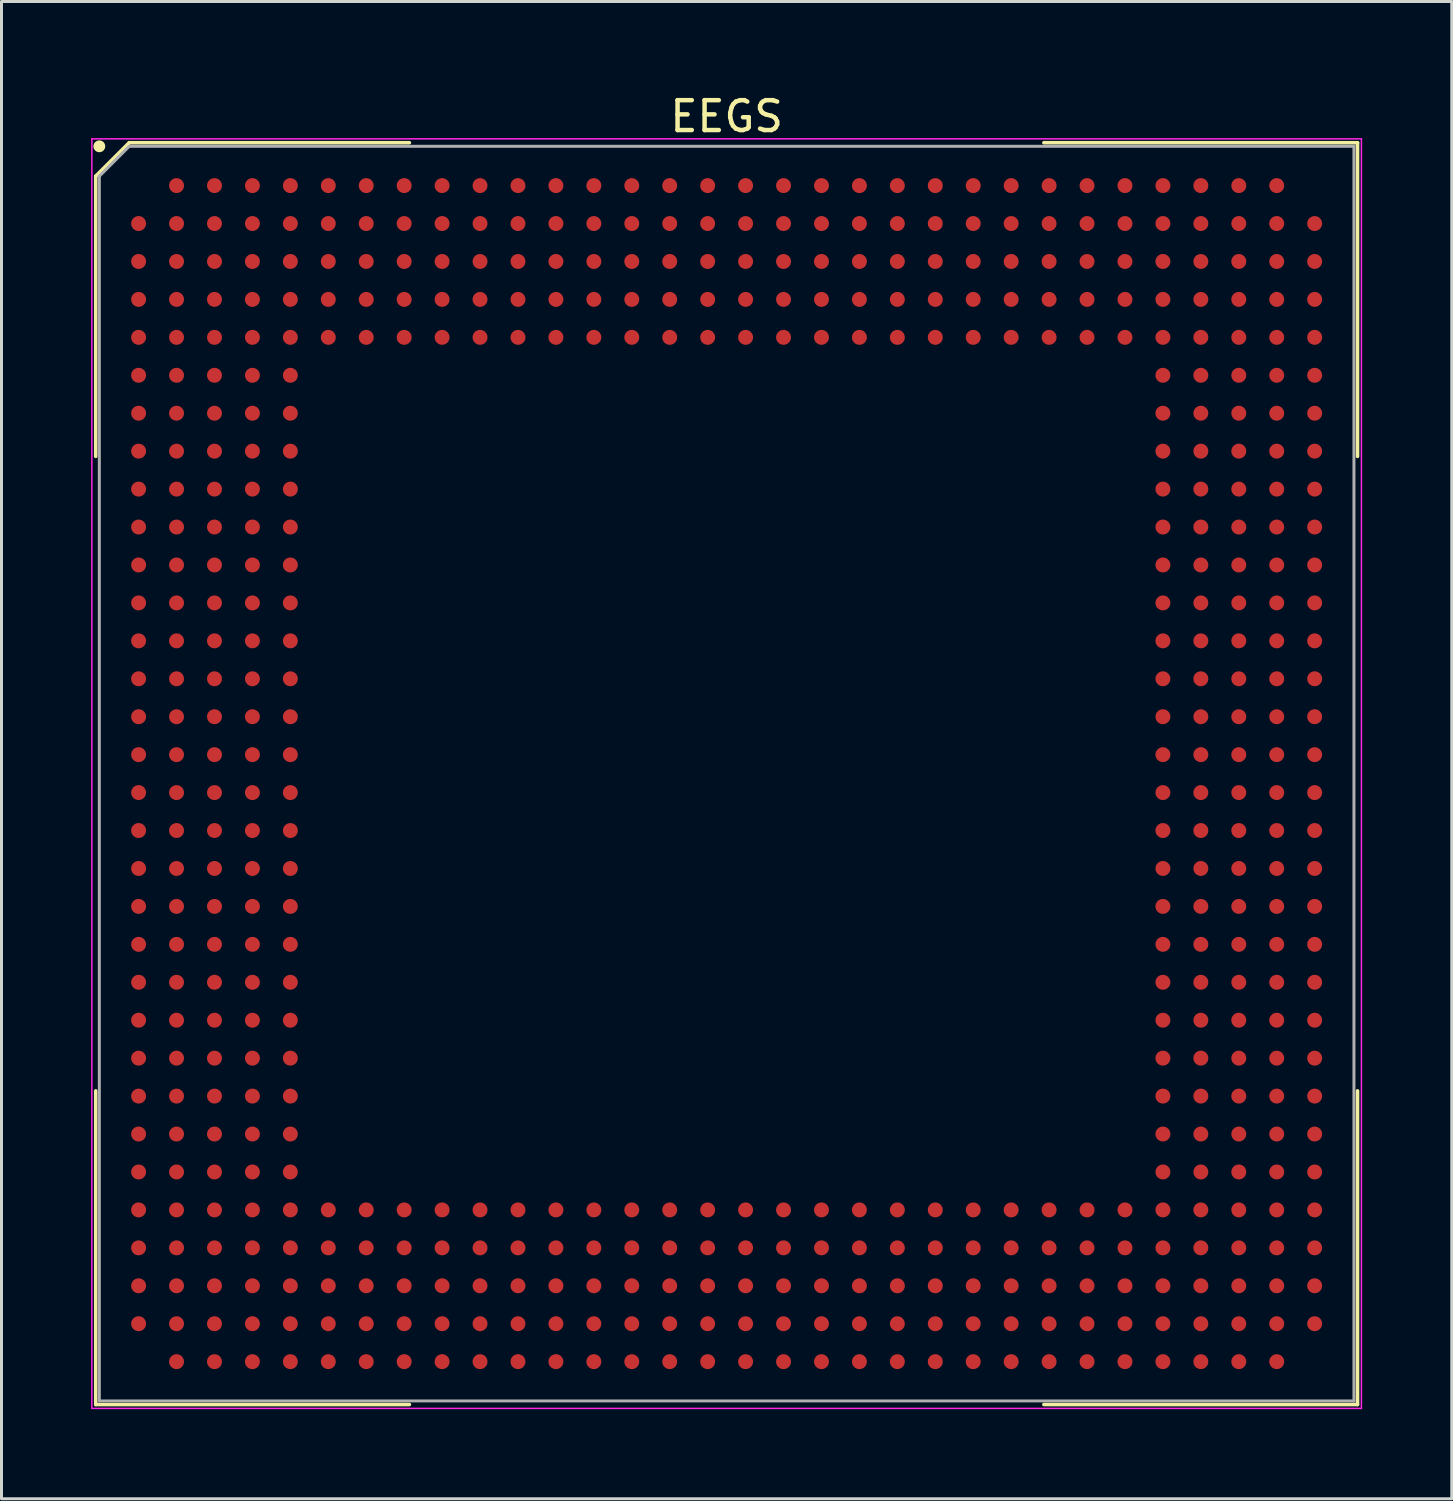
<source format=kicad_pcb>
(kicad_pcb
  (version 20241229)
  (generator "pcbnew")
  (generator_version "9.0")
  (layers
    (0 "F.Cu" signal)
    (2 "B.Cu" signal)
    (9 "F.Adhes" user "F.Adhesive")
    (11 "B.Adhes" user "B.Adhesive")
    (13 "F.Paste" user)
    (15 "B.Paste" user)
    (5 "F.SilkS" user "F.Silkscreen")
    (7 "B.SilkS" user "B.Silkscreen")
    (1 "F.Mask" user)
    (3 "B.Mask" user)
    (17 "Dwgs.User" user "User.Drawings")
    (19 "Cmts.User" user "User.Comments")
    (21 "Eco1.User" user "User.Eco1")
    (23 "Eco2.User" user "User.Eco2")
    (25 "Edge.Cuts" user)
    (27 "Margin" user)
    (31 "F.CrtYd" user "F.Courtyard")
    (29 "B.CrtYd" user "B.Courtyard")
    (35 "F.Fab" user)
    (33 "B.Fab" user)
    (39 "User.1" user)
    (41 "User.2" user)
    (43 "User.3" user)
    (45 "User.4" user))
  (footprint "EEGS"
    (layer "F.Cu")
    (at 21.275 22.848)
    (property "Reference" "EEGS" (at 0 -22 0) (layer "F.SilkS") (effects (font (size 1 1) (thickness 0.15))))
    (attr smd)
    (fp_line (start -21.12 -20) (end -21.12 -10.62) (stroke (width 0.12) (type default)) (layer "F.SilkS"))
    (fp_line (start -21.12 21.12) (end -21.12 10.62) (stroke (width 0.12) (type default)) (layer "F.SilkS"))
    (fp_line (start -20 -21.12) (end -21.12 -20) (stroke (width 0.12) (type default)) (layer "F.SilkS"))
    (fp_line (start -10.62 -21.12) (end -20 -21.12) (stroke (width 0.12) (type default)) (layer "F.SilkS"))
    (fp_line (start -10.62 21.12) (end -21.12 21.12) (stroke (width 0.12) (type default)) (layer "F.SilkS"))
    (fp_line (start 10.62 -21.12) (end 21.12 -21.12) (stroke (width 0.12) (type default)) (layer "F.SilkS"))
    (fp_line (start 10.62 21.12) (end 21.12 21.12) (stroke (width 0.12) (type default)) (layer "F.SilkS"))
    (fp_line (start 21.12 -21.12) (end 21.12 -10.62) (stroke (width 0.12) (type default)) (layer "F.SilkS"))
    (fp_line (start 21.12 21.12) (end 21.12 10.62) (stroke (width 0.12) (type default)) (layer "F.SilkS"))
    (fp_circle (center -21 -21) (end -21 -20.9) (stroke (width 0.2) (type default)) (fill no) (layer "F.SilkS"))
    (fp_line (start -21.25 -21.25) (end 21.25 -21.25) (stroke (width 0.05) (type default)) (layer "F.CrtYd"))
    (fp_line (start -21.25 21.25) (end -21.25 -21.25) (stroke (width 0.05) (type default)) (layer "F.CrtYd"))
    (fp_line (start 21.25 -21.25) (end 21.25 21.25) (stroke (width 0.05) (type default)) (layer "F.CrtYd"))
    (fp_line (start 21.25 21.25) (end -21.25 21.25) (stroke (width 0.05) (type default)) (layer "F.CrtYd"))
    (fp_line (start -21 -20) (end -21 21) (stroke (width 0.1) (type default)) (layer "F.Fab"))
    (fp_line (start -21 21) (end 21 21) (stroke (width 0.1) (type default)) (layer "F.Fab"))
    (fp_line (start -20 -21) (end -21 -20) (stroke (width 0.1) (type default)) (layer "F.Fab"))
    (fp_line (start 21 -21) (end -20 -21) (stroke (width 0.1) (type default)) (layer "F.Fab"))
    (fp_line (start 21 21) (end 21 -21) (stroke (width 0.1) (type default)) (layer "F.Fab"))
    (pad "A2" smd circle (at -18.415 -19.685) (size 0.5 0.5) (layers "F.Cu" "F.Mask" "F.Paste"))
    (pad "A3" smd circle (at -17.145 -19.685) (size 0.5 0.5) (layers "F.Cu" "F.Mask" "F.Paste"))
    (pad "A4" smd circle (at -15.875 -19.685) (size 0.5 0.5) (layers "F.Cu" "F.Mask" "F.Paste"))
    (pad "A5" smd circle (at -14.605 -19.685) (size 0.5 0.5) (layers "F.Cu" "F.Mask" "F.Paste"))
    (pad "A6" smd circle (at -13.335 -19.685) (size 0.5 0.5) (layers "F.Cu" "F.Mask" "F.Paste"))
    (pad "A7" smd circle (at -12.065 -19.685) (size 0.5 0.5) (layers "F.Cu" "F.Mask" "F.Paste"))
    (pad "A8" smd circle (at -10.795 -19.685) (size 0.5 0.5) (layers "F.Cu" "F.Mask" "F.Paste"))
    (pad "A9" smd circle (at -9.525 -19.685) (size 0.5 0.5) (layers "F.Cu" "F.Mask" "F.Paste"))
    (pad "A10" smd circle (at -8.255 -19.685) (size 0.5 0.5) (layers "F.Cu" "F.Mask" "F.Paste"))
    (pad "A11" smd circle (at -6.985 -19.685) (size 0.5 0.5) (layers "F.Cu" "F.Mask" "F.Paste"))
    (pad "A12" smd circle (at -5.715 -19.685) (size 0.5 0.5) (layers "F.Cu" "F.Mask" "F.Paste"))
    (pad "A13" smd circle (at -4.445 -19.685) (size 0.5 0.5) (layers "F.Cu" "F.Mask" "F.Paste"))
    (pad "A14" smd circle (at -3.175 -19.685) (size 0.5 0.5) (layers "F.Cu" "F.Mask" "F.Paste"))
    (pad "A15" smd circle (at -1.905 -19.685) (size 0.5 0.5) (layers "F.Cu" "F.Mask" "F.Paste"))
    (pad "A16" smd circle (at -0.635 -19.685) (size 0.5 0.5) (layers "F.Cu" "F.Mask" "F.Paste"))
    (pad "A17" smd circle (at 0.635 -19.685) (size 0.5 0.5) (layers "F.Cu" "F.Mask" "F.Paste"))
    (pad "A18" smd circle (at 1.905 -19.685) (size 0.5 0.5) (layers "F.Cu" "F.Mask" "F.Paste"))
    (pad "A19" smd circle (at 3.175 -19.685) (size 0.5 0.5) (layers "F.Cu" "F.Mask" "F.Paste"))
    (pad "A20" smd circle (at 4.445 -19.685) (size 0.5 0.5) (layers "F.Cu" "F.Mask" "F.Paste"))
    (pad "A21" smd circle (at 5.715 -19.685) (size 0.5 0.5) (layers "F.Cu" "F.Mask" "F.Paste"))
    (pad "A22" smd circle (at 6.985 -19.685) (size 0.5 0.5) (layers "F.Cu" "F.Mask" "F.Paste"))
    (pad "A23" smd circle (at 8.255 -19.685) (size 0.5 0.5) (layers "F.Cu" "F.Mask" "F.Paste"))
    (pad "A24" smd circle (at 9.525 -19.685) (size 0.5 0.5) (layers "F.Cu" "F.Mask" "F.Paste"))
    (pad "A25" smd circle (at 10.795 -19.685) (size 0.5 0.5) (layers "F.Cu" "F.Mask" "F.Paste"))
    (pad "A26" smd circle (at 12.065 -19.685) (size 0.5 0.5) (layers "F.Cu" "F.Mask" "F.Paste"))
    (pad "A27" smd circle (at 13.335 -19.685) (size 0.5 0.5) (layers "F.Cu" "F.Mask" "F.Paste"))
    (pad "A28" smd circle (at 14.605 -19.685) (size 0.5 0.5) (layers "F.Cu" "F.Mask" "F.Paste"))
    (pad "A29" smd circle (at 15.875 -19.685) (size 0.5 0.5) (layers "F.Cu" "F.Mask" "F.Paste"))
    (pad "A30" smd circle (at 17.145 -19.685) (size 0.5 0.5) (layers "F.Cu" "F.Mask" "F.Paste"))
    (pad "A31" smd circle (at 18.415 -19.685) (size 0.5 0.5) (layers "F.Cu" "F.Mask" "F.Paste"))
    (pad "AA1" smd circle (at -19.685 5.715) (size 0.5 0.5) (layers "F.Cu" "F.Mask" "F.Paste"))
    (pad "AA2" smd circle (at -18.415 5.715) (size 0.5 0.5) (layers "F.Cu" "F.Mask" "F.Paste"))
    (pad "AA3" smd circle (at -17.145 5.715) (size 0.5 0.5) (layers "F.Cu" "F.Mask" "F.Paste"))
    (pad "AA4" smd circle (at -15.875 5.715) (size 0.5 0.5) (layers "F.Cu" "F.Mask" "F.Paste"))
    (pad "AA5" smd circle (at -14.605 5.715) (size 0.5 0.5) (layers "F.Cu" "F.Mask" "F.Paste"))
    (pad "AA28" smd circle (at 14.605 5.715) (size 0.5 0.5) (layers "F.Cu" "F.Mask" "F.Paste"))
    (pad "AA29" smd circle (at 15.875 5.715) (size 0.5 0.5) (layers "F.Cu" "F.Mask" "F.Paste"))
    (pad "AA30" smd circle (at 17.145 5.715) (size 0.5 0.5) (layers "F.Cu" "F.Mask" "F.Paste"))
    (pad "AA31" smd circle (at 18.415 5.715) (size 0.5 0.5) (layers "F.Cu" "F.Mask" "F.Paste"))
    (pad "AA32" smd circle (at 19.685 5.715) (size 0.5 0.5) (layers "F.Cu" "F.Mask" "F.Paste"))
    (pad "AB1" smd circle (at -19.685 6.985) (size 0.5 0.5) (layers "F.Cu" "F.Mask" "F.Paste"))
    (pad "AB2" smd circle (at -18.415 6.985) (size 0.5 0.5) (layers "F.Cu" "F.Mask" "F.Paste"))
    (pad "AB3" smd circle (at -17.145 6.985) (size 0.5 0.5) (layers "F.Cu" "F.Mask" "F.Paste"))
    (pad "AB4" smd circle (at -15.875 6.985) (size 0.5 0.5) (layers "F.Cu" "F.Mask" "F.Paste"))
    (pad "AB5" smd circle (at -14.605 6.985) (size 0.5 0.5) (layers "F.Cu" "F.Mask" "F.Paste"))
    (pad "AB28" smd circle (at 14.605 6.985) (size 0.5 0.5) (layers "F.Cu" "F.Mask" "F.Paste"))
    (pad "AB29" smd circle (at 15.875 6.985) (size 0.5 0.5) (layers "F.Cu" "F.Mask" "F.Paste"))
    (pad "AB30" smd circle (at 17.145 6.985) (size 0.5 0.5) (layers "F.Cu" "F.Mask" "F.Paste"))
    (pad "AB31" smd circle (at 18.415 6.985) (size 0.5 0.5) (layers "F.Cu" "F.Mask" "F.Paste"))
    (pad "AB32" smd circle (at 19.685 6.985) (size 0.5 0.5) (layers "F.Cu" "F.Mask" "F.Paste"))
    (pad "AC1" smd circle (at -19.685 8.255) (size 0.5 0.5) (layers "F.Cu" "F.Mask" "F.Paste"))
    (pad "AC2" smd circle (at -18.415 8.255) (size 0.5 0.5) (layers "F.Cu" "F.Mask" "F.Paste"))
    (pad "AC3" smd circle (at -17.145 8.255) (size 0.5 0.5) (layers "F.Cu" "F.Mask" "F.Paste"))
    (pad "AC4" smd circle (at -15.875 8.255) (size 0.5 0.5) (layers "F.Cu" "F.Mask" "F.Paste"))
    (pad "AC5" smd circle (at -14.605 8.255) (size 0.5 0.5) (layers "F.Cu" "F.Mask" "F.Paste"))
    (pad "AC28" smd circle (at 14.605 8.255) (size 0.5 0.5) (layers "F.Cu" "F.Mask" "F.Paste"))
    (pad "AC29" smd circle (at 15.875 8.255) (size 0.5 0.5) (layers "F.Cu" "F.Mask" "F.Paste"))
    (pad "AC30" smd circle (at 17.145 8.255) (size 0.5 0.5) (layers "F.Cu" "F.Mask" "F.Paste"))
    (pad "AC31" smd circle (at 18.415 8.255) (size 0.5 0.5) (layers "F.Cu" "F.Mask" "F.Paste"))
    (pad "AC32" smd circle (at 19.685 8.255) (size 0.5 0.5) (layers "F.Cu" "F.Mask" "F.Paste"))
    (pad "AD1" smd circle (at -19.685 9.525) (size 0.5 0.5) (layers "F.Cu" "F.Mask" "F.Paste"))
    (pad "AD2" smd circle (at -18.415 9.525) (size 0.5 0.5) (layers "F.Cu" "F.Mask" "F.Paste"))
    (pad "AD3" smd circle (at -17.145 9.525) (size 0.5 0.5) (layers "F.Cu" "F.Mask" "F.Paste"))
    (pad "AD4" smd circle (at -15.875 9.525) (size 0.5 0.5) (layers "F.Cu" "F.Mask" "F.Paste"))
    (pad "AD5" smd circle (at -14.605 9.525) (size 0.5 0.5) (layers "F.Cu" "F.Mask" "F.Paste"))
    (pad "AD28" smd circle (at 14.605 9.525) (size 0.5 0.5) (layers "F.Cu" "F.Mask" "F.Paste"))
    (pad "AD29" smd circle (at 15.875 9.525) (size 0.5 0.5) (layers "F.Cu" "F.Mask" "F.Paste"))
    (pad "AD30" smd circle (at 17.145 9.525) (size 0.5 0.5) (layers "F.Cu" "F.Mask" "F.Paste"))
    (pad "AD31" smd circle (at 18.415 9.525) (size 0.5 0.5) (layers "F.Cu" "F.Mask" "F.Paste"))
    (pad "AD32" smd circle (at 19.685 9.525) (size 0.5 0.5) (layers "F.Cu" "F.Mask" "F.Paste"))
    (pad "AE1" smd circle (at -19.685 10.795) (size 0.5 0.5) (layers "F.Cu" "F.Mask" "F.Paste"))
    (pad "AE2" smd circle (at -18.415 10.795) (size 0.5 0.5) (layers "F.Cu" "F.Mask" "F.Paste"))
    (pad "AE3" smd circle (at -17.145 10.795) (size 0.5 0.5) (layers "F.Cu" "F.Mask" "F.Paste"))
    (pad "AE4" smd circle (at -15.875 10.795) (size 0.5 0.5) (layers "F.Cu" "F.Mask" "F.Paste"))
    (pad "AE5" smd circle (at -14.605 10.795) (size 0.5 0.5) (layers "F.Cu" "F.Mask" "F.Paste"))
    (pad "AE28" smd circle (at 14.605 10.795) (size 0.5 0.5) (layers "F.Cu" "F.Mask" "F.Paste"))
    (pad "AE29" smd circle (at 15.875 10.795) (size 0.5 0.5) (layers "F.Cu" "F.Mask" "F.Paste"))
    (pad "AE30" smd circle (at 17.145 10.795) (size 0.5 0.5) (layers "F.Cu" "F.Mask" "F.Paste"))
    (pad "AE31" smd circle (at 18.415 10.795) (size 0.5 0.5) (layers "F.Cu" "F.Mask" "F.Paste"))
    (pad "AE32" smd circle (at 19.685 10.795) (size 0.5 0.5) (layers "F.Cu" "F.Mask" "F.Paste"))
    (pad "AF1" smd circle (at -19.685 12.065) (size 0.5 0.5) (layers "F.Cu" "F.Mask" "F.Paste"))
    (pad "AF2" smd circle (at -18.415 12.065) (size 0.5 0.5) (layers "F.Cu" "F.Mask" "F.Paste"))
    (pad "AF3" smd circle (at -17.145 12.065) (size 0.5 0.5) (layers "F.Cu" "F.Mask" "F.Paste"))
    (pad "AF4" smd circle (at -15.875 12.065) (size 0.5 0.5) (layers "F.Cu" "F.Mask" "F.Paste"))
    (pad "AF5" smd circle (at -14.605 12.065) (size 0.5 0.5) (layers "F.Cu" "F.Mask" "F.Paste"))
    (pad "AF28" smd circle (at 14.605 12.065) (size 0.5 0.5) (layers "F.Cu" "F.Mask" "F.Paste"))
    (pad "AF29" smd circle (at 15.875 12.065) (size 0.5 0.5) (layers "F.Cu" "F.Mask" "F.Paste"))
    (pad "AF30" smd circle (at 17.145 12.065) (size 0.5 0.5) (layers "F.Cu" "F.Mask" "F.Paste"))
    (pad "AF31" smd circle (at 18.415 12.065) (size 0.5 0.5) (layers "F.Cu" "F.Mask" "F.Paste"))
    (pad "AF32" smd circle (at 19.685 12.065) (size 0.5 0.5) (layers "F.Cu" "F.Mask" "F.Paste"))
    (pad "AG1" smd circle (at -19.685 13.335) (size 0.5 0.5) (layers "F.Cu" "F.Mask" "F.Paste"))
    (pad "AG2" smd circle (at -18.415 13.335) (size 0.5 0.5) (layers "F.Cu" "F.Mask" "F.Paste"))
    (pad "AG3" smd circle (at -17.145 13.335) (size 0.5 0.5) (layers "F.Cu" "F.Mask" "F.Paste"))
    (pad "AG4" smd circle (at -15.875 13.335) (size 0.5 0.5) (layers "F.Cu" "F.Mask" "F.Paste"))
    (pad "AG5" smd circle (at -14.605 13.335) (size 0.5 0.5) (layers "F.Cu" "F.Mask" "F.Paste"))
    (pad "AG28" smd circle (at 14.605 13.335) (size 0.5 0.5) (layers "F.Cu" "F.Mask" "F.Paste"))
    (pad "AG29" smd circle (at 15.875 13.335) (size 0.5 0.5) (layers "F.Cu" "F.Mask" "F.Paste"))
    (pad "AG30" smd circle (at 17.145 13.335) (size 0.5 0.5) (layers "F.Cu" "F.Mask" "F.Paste"))
    (pad "AG31" smd circle (at 18.415 13.335) (size 0.5 0.5) (layers "F.Cu" "F.Mask" "F.Paste"))
    (pad "AG32" smd circle (at 19.685 13.335) (size 0.5 0.5) (layers "F.Cu" "F.Mask" "F.Paste"))
    (pad "AH1" smd circle (at -19.685 14.605) (size 0.5 0.5) (layers "F.Cu" "F.Mask" "F.Paste"))
    (pad "AH2" smd circle (at -18.415 14.605) (size 0.5 0.5) (layers "F.Cu" "F.Mask" "F.Paste"))
    (pad "AH3" smd circle (at -17.145 14.605) (size 0.5 0.5) (layers "F.Cu" "F.Mask" "F.Paste"))
    (pad "AH4" smd circle (at -15.875 14.605) (size 0.5 0.5) (layers "F.Cu" "F.Mask" "F.Paste"))
    (pad "AH5" smd circle (at -14.605 14.605) (size 0.5 0.5) (layers "F.Cu" "F.Mask" "F.Paste"))
    (pad "AH6" smd circle (at -13.335 14.605) (size 0.5 0.5) (layers "F.Cu" "F.Mask" "F.Paste"))
    (pad "AH7" smd circle (at -12.065 14.605) (size 0.5 0.5) (layers "F.Cu" "F.Mask" "F.Paste"))
    (pad "AH8" smd circle (at -10.795 14.605) (size 0.5 0.5) (layers "F.Cu" "F.Mask" "F.Paste"))
    (pad "AH9" smd circle (at -9.525 14.605) (size 0.5 0.5) (layers "F.Cu" "F.Mask" "F.Paste"))
    (pad "AH10" smd circle (at -8.255 14.605) (size 0.5 0.5) (layers "F.Cu" "F.Mask" "F.Paste"))
    (pad "AH11" smd circle (at -6.985 14.605) (size 0.5 0.5) (layers "F.Cu" "F.Mask" "F.Paste"))
    (pad "AH12" smd circle (at -5.715 14.605) (size 0.5 0.5) (layers "F.Cu" "F.Mask" "F.Paste"))
    (pad "AH13" smd circle (at -4.445 14.605) (size 0.5 0.5) (layers "F.Cu" "F.Mask" "F.Paste"))
    (pad "AH14" smd circle (at -3.175 14.605) (size 0.5 0.5) (layers "F.Cu" "F.Mask" "F.Paste"))
    (pad "AH15" smd circle (at -1.905 14.605) (size 0.5 0.5) (layers "F.Cu" "F.Mask" "F.Paste"))
    (pad "AH16" smd circle (at -0.635 14.605) (size 0.5 0.5) (layers "F.Cu" "F.Mask" "F.Paste"))
    (pad "AH17" smd circle (at 0.635 14.605) (size 0.5 0.5) (layers "F.Cu" "F.Mask" "F.Paste"))
    (pad "AH18" smd circle (at 1.905 14.605) (size 0.5 0.5) (layers "F.Cu" "F.Mask" "F.Paste"))
    (pad "AH19" smd circle (at 3.175 14.605) (size 0.5 0.5) (layers "F.Cu" "F.Mask" "F.Paste"))
    (pad "AH20" smd circle (at 4.445 14.605) (size 0.5 0.5) (layers "F.Cu" "F.Mask" "F.Paste"))
    (pad "AH21" smd circle (at 5.715 14.605) (size 0.5 0.5) (layers "F.Cu" "F.Mask" "F.Paste"))
    (pad "AH22" smd circle (at 6.985 14.605) (size 0.5 0.5) (layers "F.Cu" "F.Mask" "F.Paste"))
    (pad "AH23" smd circle (at 8.255 14.605) (size 0.5 0.5) (layers "F.Cu" "F.Mask" "F.Paste"))
    (pad "AH24" smd circle (at 9.525 14.605) (size 0.5 0.5) (layers "F.Cu" "F.Mask" "F.Paste"))
    (pad "AH25" smd circle (at 10.795 14.605) (size 0.5 0.5) (layers "F.Cu" "F.Mask" "F.Paste"))
    (pad "AH26" smd circle (at 12.065 14.605) (size 0.5 0.5) (layers "F.Cu" "F.Mask" "F.Paste"))
    (pad "AH27" smd circle (at 13.335 14.605) (size 0.5 0.5) (layers "F.Cu" "F.Mask" "F.Paste"))
    (pad "AH28" smd circle (at 14.605 14.605) (size 0.5 0.5) (layers "F.Cu" "F.Mask" "F.Paste"))
    (pad "AH29" smd circle (at 15.875 14.605) (size 0.5 0.5) (layers "F.Cu" "F.Mask" "F.Paste"))
    (pad "AH30" smd circle (at 17.145 14.605) (size 0.5 0.5) (layers "F.Cu" "F.Mask" "F.Paste"))
    (pad "AH31" smd circle (at 18.415 14.605) (size 0.5 0.5) (layers "F.Cu" "F.Mask" "F.Paste"))
    (pad "AH32" smd circle (at 19.685 14.605) (size 0.5 0.5) (layers "F.Cu" "F.Mask" "F.Paste"))
    (pad "AJ1" smd circle (at -19.685 15.875) (size 0.5 0.5) (layers "F.Cu" "F.Mask" "F.Paste"))
    (pad "AJ2" smd circle (at -18.415 15.875) (size 0.5 0.5) (layers "F.Cu" "F.Mask" "F.Paste"))
    (pad "AJ3" smd circle (at -17.145 15.875) (size 0.5 0.5) (layers "F.Cu" "F.Mask" "F.Paste"))
    (pad "AJ4" smd circle (at -15.875 15.875) (size 0.5 0.5) (layers "F.Cu" "F.Mask" "F.Paste"))
    (pad "AJ5" smd circle (at -14.605 15.875) (size 0.5 0.5) (layers "F.Cu" "F.Mask" "F.Paste"))
    (pad "AJ6" smd circle (at -13.335 15.875) (size 0.5 0.5) (layers "F.Cu" "F.Mask" "F.Paste"))
    (pad "AJ7" smd circle (at -12.065 15.875) (size 0.5 0.5) (layers "F.Cu" "F.Mask" "F.Paste"))
    (pad "AJ8" smd circle (at -10.795 15.875) (size 0.5 0.5) (layers "F.Cu" "F.Mask" "F.Paste"))
    (pad "AJ9" smd circle (at -9.525 15.875) (size 0.5 0.5) (layers "F.Cu" "F.Mask" "F.Paste"))
    (pad "AJ10" smd circle (at -8.255 15.875) (size 0.5 0.5) (layers "F.Cu" "F.Mask" "F.Paste"))
    (pad "AJ11" smd circle (at -6.985 15.875) (size 0.5 0.5) (layers "F.Cu" "F.Mask" "F.Paste"))
    (pad "AJ12" smd circle (at -5.715 15.875) (size 0.5 0.5) (layers "F.Cu" "F.Mask" "F.Paste"))
    (pad "AJ13" smd circle (at -4.445 15.875) (size 0.5 0.5) (layers "F.Cu" "F.Mask" "F.Paste"))
    (pad "AJ14" smd circle (at -3.175 15.875) (size 0.5 0.5) (layers "F.Cu" "F.Mask" "F.Paste"))
    (pad "AJ15" smd circle (at -1.905 15.875) (size 0.5 0.5) (layers "F.Cu" "F.Mask" "F.Paste"))
    (pad "AJ16" smd circle (at -0.635 15.875) (size 0.5 0.5) (layers "F.Cu" "F.Mask" "F.Paste"))
    (pad "AJ17" smd circle (at 0.635 15.875) (size 0.5 0.5) (layers "F.Cu" "F.Mask" "F.Paste"))
    (pad "AJ18" smd circle (at 1.905 15.875) (size 0.5 0.5) (layers "F.Cu" "F.Mask" "F.Paste"))
    (pad "AJ19" smd circle (at 3.175 15.875) (size 0.5 0.5) (layers "F.Cu" "F.Mask" "F.Paste"))
    (pad "AJ20" smd circle (at 4.445 15.875) (size 0.5 0.5) (layers "F.Cu" "F.Mask" "F.Paste"))
    (pad "AJ21" smd circle (at 5.715 15.875) (size 0.5 0.5) (layers "F.Cu" "F.Mask" "F.Paste"))
    (pad "AJ22" smd circle (at 6.985 15.875) (size 0.5 0.5) (layers "F.Cu" "F.Mask" "F.Paste"))
    (pad "AJ23" smd circle (at 8.255 15.875) (size 0.5 0.5) (layers "F.Cu" "F.Mask" "F.Paste"))
    (pad "AJ24" smd circle (at 9.525 15.875) (size 0.5 0.5) (layers "F.Cu" "F.Mask" "F.Paste"))
    (pad "AJ25" smd circle (at 10.795 15.875) (size 0.5 0.5) (layers "F.Cu" "F.Mask" "F.Paste"))
    (pad "AJ26" smd circle (at 12.065 15.875) (size 0.5 0.5) (layers "F.Cu" "F.Mask" "F.Paste"))
    (pad "AJ27" smd circle (at 13.335 15.875) (size 0.5 0.5) (layers "F.Cu" "F.Mask" "F.Paste"))
    (pad "AJ28" smd circle (at 14.605 15.875) (size 0.5 0.5) (layers "F.Cu" "F.Mask" "F.Paste"))
    (pad "AJ29" smd circle (at 15.875 15.875) (size 0.5 0.5) (layers "F.Cu" "F.Mask" "F.Paste"))
    (pad "AJ30" smd circle (at 17.145 15.875) (size 0.5 0.5) (layers "F.Cu" "F.Mask" "F.Paste"))
    (pad "AJ31" smd circle (at 18.415 15.875) (size 0.5 0.5) (layers "F.Cu" "F.Mask" "F.Paste"))
    (pad "AJ32" smd circle (at 19.685 15.875) (size 0.5 0.5) (layers "F.Cu" "F.Mask" "F.Paste"))
    (pad "AK1" smd circle (at -19.685 17.145) (size 0.5 0.5) (layers "F.Cu" "F.Mask" "F.Paste"))
    (pad "AK2" smd circle (at -18.415 17.145) (size 0.5 0.5) (layers "F.Cu" "F.Mask" "F.Paste"))
    (pad "AK3" smd circle (at -17.145 17.145) (size 0.5 0.5) (layers "F.Cu" "F.Mask" "F.Paste"))
    (pad "AK4" smd circle (at -15.875 17.145) (size 0.5 0.5) (layers "F.Cu" "F.Mask" "F.Paste"))
    (pad "AK5" smd circle (at -14.605 17.145) (size 0.5 0.5) (layers "F.Cu" "F.Mask" "F.Paste"))
    (pad "AK6" smd circle (at -13.335 17.145) (size 0.5 0.5) (layers "F.Cu" "F.Mask" "F.Paste"))
    (pad "AK7" smd circle (at -12.065 17.145) (size 0.5 0.5) (layers "F.Cu" "F.Mask" "F.Paste"))
    (pad "AK8" smd circle (at -10.795 17.145) (size 0.5 0.5) (layers "F.Cu" "F.Mask" "F.Paste"))
    (pad "AK9" smd circle (at -9.525 17.145) (size 0.5 0.5) (layers "F.Cu" "F.Mask" "F.Paste"))
    (pad "AK10" smd circle (at -8.255 17.145) (size 0.5 0.5) (layers "F.Cu" "F.Mask" "F.Paste"))
    (pad "AK11" smd circle (at -6.985 17.145) (size 0.5 0.5) (layers "F.Cu" "F.Mask" "F.Paste"))
    (pad "AK12" smd circle (at -5.715 17.145) (size 0.5 0.5) (layers "F.Cu" "F.Mask" "F.Paste"))
    (pad "AK13" smd circle (at -4.445 17.145) (size 0.5 0.5) (layers "F.Cu" "F.Mask" "F.Paste"))
    (pad "AK14" smd circle (at -3.175 17.145) (size 0.5 0.5) (layers "F.Cu" "F.Mask" "F.Paste"))
    (pad "AK15" smd circle (at -1.905 17.145) (size 0.5 0.5) (layers "F.Cu" "F.Mask" "F.Paste"))
    (pad "AK16" smd circle (at -0.635 17.145) (size 0.5 0.5) (layers "F.Cu" "F.Mask" "F.Paste"))
    (pad "AK17" smd circle (at 0.635 17.145) (size 0.5 0.5) (layers "F.Cu" "F.Mask" "F.Paste"))
    (pad "AK18" smd circle (at 1.905 17.145) (size 0.5 0.5) (layers "F.Cu" "F.Mask" "F.Paste"))
    (pad "AK19" smd circle (at 3.175 17.145) (size 0.5 0.5) (layers "F.Cu" "F.Mask" "F.Paste"))
    (pad "AK20" smd circle (at 4.445 17.145) (size 0.5 0.5) (layers "F.Cu" "F.Mask" "F.Paste"))
    (pad "AK21" smd circle (at 5.715 17.145) (size 0.5 0.5) (layers "F.Cu" "F.Mask" "F.Paste"))
    (pad "AK22" smd circle (at 6.985 17.145) (size 0.5 0.5) (layers "F.Cu" "F.Mask" "F.Paste"))
    (pad "AK23" smd circle (at 8.255 17.145) (size 0.5 0.5) (layers "F.Cu" "F.Mask" "F.Paste"))
    (pad "AK24" smd circle (at 9.525 17.145) (size 0.5 0.5) (layers "F.Cu" "F.Mask" "F.Paste"))
    (pad "AK25" smd circle (at 10.795 17.145) (size 0.5 0.5) (layers "F.Cu" "F.Mask" "F.Paste"))
    (pad "AK26" smd circle (at 12.065 17.145) (size 0.5 0.5) (layers "F.Cu" "F.Mask" "F.Paste"))
    (pad "AK27" smd circle (at 13.335 17.145) (size 0.5 0.5) (layers "F.Cu" "F.Mask" "F.Paste"))
    (pad "AK28" smd circle (at 14.605 17.145) (size 0.5 0.5) (layers "F.Cu" "F.Mask" "F.Paste"))
    (pad "AK29" smd circle (at 15.875 17.145) (size 0.5 0.5) (layers "F.Cu" "F.Mask" "F.Paste"))
    (pad "AK30" smd circle (at 17.145 17.145) (size 0.5 0.5) (layers "F.Cu" "F.Mask" "F.Paste"))
    (pad "AK31" smd circle (at 18.415 17.145) (size 0.5 0.5) (layers "F.Cu" "F.Mask" "F.Paste"))
    (pad "AK32" smd circle (at 19.685 17.145) (size 0.5 0.5) (layers "F.Cu" "F.Mask" "F.Paste"))
    (pad "AL1" smd circle (at -19.685 18.415) (size 0.5 0.5) (layers "F.Cu" "F.Mask" "F.Paste"))
    (pad "AL2" smd circle (at -18.415 18.415) (size 0.5 0.5) (layers "F.Cu" "F.Mask" "F.Paste"))
    (pad "AL3" smd circle (at -17.145 18.415) (size 0.5 0.5) (layers "F.Cu" "F.Mask" "F.Paste"))
    (pad "AL4" smd circle (at -15.875 18.415) (size 0.5 0.5) (layers "F.Cu" "F.Mask" "F.Paste"))
    (pad "AL5" smd circle (at -14.605 18.415) (size 0.5 0.5) (layers "F.Cu" "F.Mask" "F.Paste"))
    (pad "AL6" smd circle (at -13.335 18.415) (size 0.5 0.5) (layers "F.Cu" "F.Mask" "F.Paste"))
    (pad "AL7" smd circle (at -12.065 18.415) (size 0.5 0.5) (layers "F.Cu" "F.Mask" "F.Paste"))
    (pad "AL8" smd circle (at -10.795 18.415) (size 0.5 0.5) (layers "F.Cu" "F.Mask" "F.Paste"))
    (pad "AL9" smd circle (at -9.525 18.415) (size 0.5 0.5) (layers "F.Cu" "F.Mask" "F.Paste"))
    (pad "AL10" smd circle (at -8.255 18.415) (size 0.5 0.5) (layers "F.Cu" "F.Mask" "F.Paste"))
    (pad "AL11" smd circle (at -6.985 18.415) (size 0.5 0.5) (layers "F.Cu" "F.Mask" "F.Paste"))
    (pad "AL12" smd circle (at -5.715 18.415) (size 0.5 0.5) (layers "F.Cu" "F.Mask" "F.Paste"))
    (pad "AL13" smd circle (at -4.445 18.415) (size 0.5 0.5) (layers "F.Cu" "F.Mask" "F.Paste"))
    (pad "AL14" smd circle (at -3.175 18.415) (size 0.5 0.5) (layers "F.Cu" "F.Mask" "F.Paste"))
    (pad "AL15" smd circle (at -1.905 18.415) (size 0.5 0.5) (layers "F.Cu" "F.Mask" "F.Paste"))
    (pad "AL16" smd circle (at -0.635 18.415) (size 0.5 0.5) (layers "F.Cu" "F.Mask" "F.Paste"))
    (pad "AL17" smd circle (at 0.635 18.415) (size 0.5 0.5) (layers "F.Cu" "F.Mask" "F.Paste"))
    (pad "AL18" smd circle (at 1.905 18.415) (size 0.5 0.5) (layers "F.Cu" "F.Mask" "F.Paste"))
    (pad "AL19" smd circle (at 3.175 18.415) (size 0.5 0.5) (layers "F.Cu" "F.Mask" "F.Paste"))
    (pad "AL20" smd circle (at 4.445 18.415) (size 0.5 0.5) (layers "F.Cu" "F.Mask" "F.Paste"))
    (pad "AL21" smd circle (at 5.715 18.415) (size 0.5 0.5) (layers "F.Cu" "F.Mask" "F.Paste"))
    (pad "AL22" smd circle (at 6.985 18.415) (size 0.5 0.5) (layers "F.Cu" "F.Mask" "F.Paste"))
    (pad "AL23" smd circle (at 8.255 18.415) (size 0.5 0.5) (layers "F.Cu" "F.Mask" "F.Paste"))
    (pad "AL24" smd circle (at 9.525 18.415) (size 0.5 0.5) (layers "F.Cu" "F.Mask" "F.Paste"))
    (pad "AL25" smd circle (at 10.795 18.415) (size 0.5 0.5) (layers "F.Cu" "F.Mask" "F.Paste"))
    (pad "AL26" smd circle (at 12.065 18.415) (size 0.5 0.5) (layers "F.Cu" "F.Mask" "F.Paste"))
    (pad "AL27" smd circle (at 13.335 18.415) (size 0.5 0.5) (layers "F.Cu" "F.Mask" "F.Paste"))
    (pad "AL28" smd circle (at 14.605 18.415) (size 0.5 0.5) (layers "F.Cu" "F.Mask" "F.Paste"))
    (pad "AL29" smd circle (at 15.875 18.415) (size 0.5 0.5) (layers "F.Cu" "F.Mask" "F.Paste"))
    (pad "AL30" smd circle (at 17.145 18.415) (size 0.5 0.5) (layers "F.Cu" "F.Mask" "F.Paste"))
    (pad "AL31" smd circle (at 18.415 18.415) (size 0.5 0.5) (layers "F.Cu" "F.Mask" "F.Paste"))
    (pad "AL32" smd circle (at 19.685 18.415) (size 0.5 0.5) (layers "F.Cu" "F.Mask" "F.Paste"))
    (pad "AM2" smd circle (at -18.415 19.685) (size 0.5 0.5) (layers "F.Cu" "F.Mask" "F.Paste"))
    (pad "AM3" smd circle (at -17.145 19.685) (size 0.5 0.5) (layers "F.Cu" "F.Mask" "F.Paste"))
    (pad "AM4" smd circle (at -15.875 19.685) (size 0.5 0.5) (layers "F.Cu" "F.Mask" "F.Paste"))
    (pad "AM5" smd circle (at -14.605 19.685) (size 0.5 0.5) (layers "F.Cu" "F.Mask" "F.Paste"))
    (pad "AM6" smd circle (at -13.335 19.685) (size 0.5 0.5) (layers "F.Cu" "F.Mask" "F.Paste"))
    (pad "AM7" smd circle (at -12.065 19.685) (size 0.5 0.5) (layers "F.Cu" "F.Mask" "F.Paste"))
    (pad "AM8" smd circle (at -10.795 19.685) (size 0.5 0.5) (layers "F.Cu" "F.Mask" "F.Paste"))
    (pad "AM9" smd circle (at -9.525 19.685) (size 0.5 0.5) (layers "F.Cu" "F.Mask" "F.Paste"))
    (pad "AM10" smd circle (at -8.255 19.685) (size 0.5 0.5) (layers "F.Cu" "F.Mask" "F.Paste"))
    (pad "AM11" smd circle (at -6.985 19.685) (size 0.5 0.5) (layers "F.Cu" "F.Mask" "F.Paste"))
    (pad "AM12" smd circle (at -5.715 19.685) (size 0.5 0.5) (layers "F.Cu" "F.Mask" "F.Paste"))
    (pad "AM13" smd circle (at -4.445 19.685) (size 0.5 0.5) (layers "F.Cu" "F.Mask" "F.Paste"))
    (pad "AM14" smd circle (at -3.175 19.685) (size 0.5 0.5) (layers "F.Cu" "F.Mask" "F.Paste"))
    (pad "AM15" smd circle (at -1.905 19.685) (size 0.5 0.5) (layers "F.Cu" "F.Mask" "F.Paste"))
    (pad "AM16" smd circle (at -0.635 19.685) (size 0.5 0.5) (layers "F.Cu" "F.Mask" "F.Paste"))
    (pad "AM17" smd circle (at 0.635 19.685) (size 0.5 0.5) (layers "F.Cu" "F.Mask" "F.Paste"))
    (pad "AM18" smd circle (at 1.905 19.685) (size 0.5 0.5) (layers "F.Cu" "F.Mask" "F.Paste"))
    (pad "AM19" smd circle (at 3.175 19.685) (size 0.5 0.5) (layers "F.Cu" "F.Mask" "F.Paste"))
    (pad "AM20" smd circle (at 4.445 19.685) (size 0.5 0.5) (layers "F.Cu" "F.Mask" "F.Paste"))
    (pad "AM21" smd circle (at 5.715 19.685) (size 0.5 0.5) (layers "F.Cu" "F.Mask" "F.Paste"))
    (pad "AM22" smd circle (at 6.985 19.685) (size 0.5 0.5) (layers "F.Cu" "F.Mask" "F.Paste"))
    (pad "AM23" smd circle (at 8.255 19.685) (size 0.5 0.5) (layers "F.Cu" "F.Mask" "F.Paste"))
    (pad "AM24" smd circle (at 9.525 19.685) (size 0.5 0.5) (layers "F.Cu" "F.Mask" "F.Paste"))
    (pad "AM25" smd circle (at 10.795 19.685) (size 0.5 0.5) (layers "F.Cu" "F.Mask" "F.Paste"))
    (pad "AM26" smd circle (at 12.065 19.685) (size 0.5 0.5) (layers "F.Cu" "F.Mask" "F.Paste"))
    (pad "AM27" smd circle (at 13.335 19.685) (size 0.5 0.5) (layers "F.Cu" "F.Mask" "F.Paste"))
    (pad "AM28" smd circle (at 14.605 19.685) (size 0.5 0.5) (layers "F.Cu" "F.Mask" "F.Paste"))
    (pad "AM29" smd circle (at 15.875 19.685) (size 0.5 0.5) (layers "F.Cu" "F.Mask" "F.Paste"))
    (pad "AM30" smd circle (at 17.145 19.685) (size 0.5 0.5) (layers "F.Cu" "F.Mask" "F.Paste"))
    (pad "AM31" smd circle (at 18.415 19.685) (size 0.5 0.5) (layers "F.Cu" "F.Mask" "F.Paste"))
    (pad "B1" smd circle (at -19.685 -18.415) (size 0.5 0.5) (layers "F.Cu" "F.Mask" "F.Paste"))
    (pad "B2" smd circle (at -18.415 -18.415) (size 0.5 0.5) (layers "F.Cu" "F.Mask" "F.Paste"))
    (pad "B3" smd circle (at -17.145 -18.415) (size 0.5 0.5) (layers "F.Cu" "F.Mask" "F.Paste"))
    (pad "B4" smd circle (at -15.875 -18.415) (size 0.5 0.5) (layers "F.Cu" "F.Mask" "F.Paste"))
    (pad "B5" smd circle (at -14.605 -18.415) (size 0.5 0.5) (layers "F.Cu" "F.Mask" "F.Paste"))
    (pad "B6" smd circle (at -13.335 -18.415) (size 0.5 0.5) (layers "F.Cu" "F.Mask" "F.Paste"))
    (pad "B7" smd circle (at -12.065 -18.415) (size 0.5 0.5) (layers "F.Cu" "F.Mask" "F.Paste"))
    (pad "B8" smd circle (at -10.795 -18.415) (size 0.5 0.5) (layers "F.Cu" "F.Mask" "F.Paste"))
    (pad "B9" smd circle (at -9.525 -18.415) (size 0.5 0.5) (layers "F.Cu" "F.Mask" "F.Paste"))
    (pad "B10" smd circle (at -8.255 -18.415) (size 0.5 0.5) (layers "F.Cu" "F.Mask" "F.Paste"))
    (pad "B11" smd circle (at -6.985 -18.415) (size 0.5 0.5) (layers "F.Cu" "F.Mask" "F.Paste"))
    (pad "B12" smd circle (at -5.715 -18.415) (size 0.5 0.5) (layers "F.Cu" "F.Mask" "F.Paste"))
    (pad "B13" smd circle (at -4.445 -18.415) (size 0.5 0.5) (layers "F.Cu" "F.Mask" "F.Paste"))
    (pad "B14" smd circle (at -3.175 -18.415) (size 0.5 0.5) (layers "F.Cu" "F.Mask" "F.Paste"))
    (pad "B15" smd circle (at -1.905 -18.415) (size 0.5 0.5) (layers "F.Cu" "F.Mask" "F.Paste"))
    (pad "B16" smd circle (at -0.635 -18.415) (size 0.5 0.5) (layers "F.Cu" "F.Mask" "F.Paste"))
    (pad "B17" smd circle (at 0.635 -18.415) (size 0.5 0.5) (layers "F.Cu" "F.Mask" "F.Paste"))
    (pad "B18" smd circle (at 1.905 -18.415) (size 0.5 0.5) (layers "F.Cu" "F.Mask" "F.Paste"))
    (pad "B19" smd circle (at 3.175 -18.415) (size 0.5 0.5) (layers "F.Cu" "F.Mask" "F.Paste"))
    (pad "B20" smd circle (at 4.445 -18.415) (size 0.5 0.5) (layers "F.Cu" "F.Mask" "F.Paste"))
    (pad "B21" smd circle (at 5.715 -18.415) (size 0.5 0.5) (layers "F.Cu" "F.Mask" "F.Paste"))
    (pad "B22" smd circle (at 6.985 -18.415) (size 0.5 0.5) (layers "F.Cu" "F.Mask" "F.Paste"))
    (pad "B23" smd circle (at 8.255 -18.415) (size 0.5 0.5) (layers "F.Cu" "F.Mask" "F.Paste"))
    (pad "B24" smd circle (at 9.525 -18.415) (size 0.5 0.5) (layers "F.Cu" "F.Mask" "F.Paste"))
    (pad "B25" smd circle (at 10.795 -18.415) (size 0.5 0.5) (layers "F.Cu" "F.Mask" "F.Paste"))
    (pad "B26" smd circle (at 12.065 -18.415) (size 0.5 0.5) (layers "F.Cu" "F.Mask" "F.Paste"))
    (pad "B27" smd circle (at 13.335 -18.415) (size 0.5 0.5) (layers "F.Cu" "F.Mask" "F.Paste"))
    (pad "B28" smd circle (at 14.605 -18.415) (size 0.5 0.5) (layers "F.Cu" "F.Mask" "F.Paste"))
    (pad "B29" smd circle (at 15.875 -18.415) (size 0.5 0.5) (layers "F.Cu" "F.Mask" "F.Paste"))
    (pad "B30" smd circle (at 17.145 -18.415) (size 0.5 0.5) (layers "F.Cu" "F.Mask" "F.Paste"))
    (pad "B31" smd circle (at 18.415 -18.415) (size 0.5 0.5) (layers "F.Cu" "F.Mask" "F.Paste"))
    (pad "B32" smd circle (at 19.685 -18.415) (size 0.5 0.5) (layers "F.Cu" "F.Mask" "F.Paste"))
    (pad "C1" smd circle (at -19.685 -17.145) (size 0.5 0.5) (layers "F.Cu" "F.Mask" "F.Paste"))
    (pad "C2" smd circle (at -18.415 -17.145) (size 0.5 0.5) (layers "F.Cu" "F.Mask" "F.Paste"))
    (pad "C3" smd circle (at -17.145 -17.145) (size 0.5 0.5) (layers "F.Cu" "F.Mask" "F.Paste"))
    (pad "C4" smd circle (at -15.875 -17.145) (size 0.5 0.5) (layers "F.Cu" "F.Mask" "F.Paste"))
    (pad "C5" smd circle (at -14.605 -17.145) (size 0.5 0.5) (layers "F.Cu" "F.Mask" "F.Paste"))
    (pad "C6" smd circle (at -13.335 -17.145) (size 0.5 0.5) (layers "F.Cu" "F.Mask" "F.Paste"))
    (pad "C7" smd circle (at -12.065 -17.145) (size 0.5 0.5) (layers "F.Cu" "F.Mask" "F.Paste"))
    (pad "C8" smd circle (at -10.795 -17.145) (size 0.5 0.5) (layers "F.Cu" "F.Mask" "F.Paste"))
    (pad "C9" smd circle (at -9.525 -17.145) (size 0.5 0.5) (layers "F.Cu" "F.Mask" "F.Paste"))
    (pad "C10" smd circle (at -8.255 -17.145) (size 0.5 0.5) (layers "F.Cu" "F.Mask" "F.Paste"))
    (pad "C11" smd circle (at -6.985 -17.145) (size 0.5 0.5) (layers "F.Cu" "F.Mask" "F.Paste"))
    (pad "C12" smd circle (at -5.715 -17.145) (size 0.5 0.5) (layers "F.Cu" "F.Mask" "F.Paste"))
    (pad "C13" smd circle (at -4.445 -17.145) (size 0.5 0.5) (layers "F.Cu" "F.Mask" "F.Paste"))
    (pad "C14" smd circle (at -3.175 -17.145) (size 0.5 0.5) (layers "F.Cu" "F.Mask" "F.Paste"))
    (pad "C15" smd circle (at -1.905 -17.145) (size 0.5 0.5) (layers "F.Cu" "F.Mask" "F.Paste"))
    (pad "C16" smd circle (at -0.635 -17.145) (size 0.5 0.5) (layers "F.Cu" "F.Mask" "F.Paste"))
    (pad "C17" smd circle (at 0.635 -17.145) (size 0.5 0.5) (layers "F.Cu" "F.Mask" "F.Paste"))
    (pad "C18" smd circle (at 1.905 -17.145) (size 0.5 0.5) (layers "F.Cu" "F.Mask" "F.Paste"))
    (pad "C19" smd circle (at 3.175 -17.145) (size 0.5 0.5) (layers "F.Cu" "F.Mask" "F.Paste"))
    (pad "C20" smd circle (at 4.445 -17.145) (size 0.5 0.5) (layers "F.Cu" "F.Mask" "F.Paste"))
    (pad "C21" smd circle (at 5.715 -17.145) (size 0.5 0.5) (layers "F.Cu" "F.Mask" "F.Paste"))
    (pad "C22" smd circle (at 6.985 -17.145) (size 0.5 0.5) (layers "F.Cu" "F.Mask" "F.Paste"))
    (pad "C23" smd circle (at 8.255 -17.145) (size 0.5 0.5) (layers "F.Cu" "F.Mask" "F.Paste"))
    (pad "C24" smd circle (at 9.525 -17.145) (size 0.5 0.5) (layers "F.Cu" "F.Mask" "F.Paste"))
    (pad "C25" smd circle (at 10.795 -17.145) (size 0.5 0.5) (layers "F.Cu" "F.Mask" "F.Paste"))
    (pad "C26" smd circle (at 12.065 -17.145) (size 0.5 0.5) (layers "F.Cu" "F.Mask" "F.Paste"))
    (pad "C27" smd circle (at 13.335 -17.145) (size 0.5 0.5) (layers "F.Cu" "F.Mask" "F.Paste"))
    (pad "C28" smd circle (at 14.605 -17.145) (size 0.5 0.5) (layers "F.Cu" "F.Mask" "F.Paste"))
    (pad "C29" smd circle (at 15.875 -17.145) (size 0.5 0.5) (layers "F.Cu" "F.Mask" "F.Paste"))
    (pad "C30" smd circle (at 17.145 -17.145) (size 0.5 0.5) (layers "F.Cu" "F.Mask" "F.Paste"))
    (pad "C31" smd circle (at 18.415 -17.145) (size 0.5 0.5) (layers "F.Cu" "F.Mask" "F.Paste"))
    (pad "C32" smd circle (at 19.685 -17.145) (size 0.5 0.5) (layers "F.Cu" "F.Mask" "F.Paste"))
    (pad "D1" smd circle (at -19.685 -15.875) (size 0.5 0.5) (layers "F.Cu" "F.Mask" "F.Paste"))
    (pad "D2" smd circle (at -18.415 -15.875) (size 0.5 0.5) (layers "F.Cu" "F.Mask" "F.Paste"))
    (pad "D3" smd circle (at -17.145 -15.875) (size 0.5 0.5) (layers "F.Cu" "F.Mask" "F.Paste"))
    (pad "D4" smd circle (at -15.875 -15.875) (size 0.5 0.5) (layers "F.Cu" "F.Mask" "F.Paste"))
    (pad "D5" smd circle (at -14.605 -15.875) (size 0.5 0.5) (layers "F.Cu" "F.Mask" "F.Paste"))
    (pad "D6" smd circle (at -13.335 -15.875) (size 0.5 0.5) (layers "F.Cu" "F.Mask" "F.Paste"))
    (pad "D7" smd circle (at -12.065 -15.875) (size 0.5 0.5) (layers "F.Cu" "F.Mask" "F.Paste"))
    (pad "D8" smd circle (at -10.795 -15.875) (size 0.5 0.5) (layers "F.Cu" "F.Mask" "F.Paste"))
    (pad "D9" smd circle (at -9.525 -15.875) (size 0.5 0.5) (layers "F.Cu" "F.Mask" "F.Paste"))
    (pad "D10" smd circle (at -8.255 -15.875) (size 0.5 0.5) (layers "F.Cu" "F.Mask" "F.Paste"))
    (pad "D11" smd circle (at -6.985 -15.875) (size 0.5 0.5) (layers "F.Cu" "F.Mask" "F.Paste"))
    (pad "D12" smd circle (at -5.715 -15.875) (size 0.5 0.5) (layers "F.Cu" "F.Mask" "F.Paste"))
    (pad "D13" smd circle (at -4.445 -15.875) (size 0.5 0.5) (layers "F.Cu" "F.Mask" "F.Paste"))
    (pad "D14" smd circle (at -3.175 -15.875) (size 0.5 0.5) (layers "F.Cu" "F.Mask" "F.Paste"))
    (pad "D15" smd circle (at -1.905 -15.875) (size 0.5 0.5) (layers "F.Cu" "F.Mask" "F.Paste"))
    (pad "D16" smd circle (at -0.635 -15.875) (size 0.5 0.5) (layers "F.Cu" "F.Mask" "F.Paste"))
    (pad "D17" smd circle (at 0.635 -15.875) (size 0.5 0.5) (layers "F.Cu" "F.Mask" "F.Paste"))
    (pad "D18" smd circle (at 1.905 -15.875) (size 0.5 0.5) (layers "F.Cu" "F.Mask" "F.Paste"))
    (pad "D19" smd circle (at 3.175 -15.875) (size 0.5 0.5) (layers "F.Cu" "F.Mask" "F.Paste"))
    (pad "D20" smd circle (at 4.445 -15.875) (size 0.5 0.5) (layers "F.Cu" "F.Mask" "F.Paste"))
    (pad "D21" smd circle (at 5.715 -15.875) (size 0.5 0.5) (layers "F.Cu" "F.Mask" "F.Paste"))
    (pad "D22" smd circle (at 6.985 -15.875) (size 0.5 0.5) (layers "F.Cu" "F.Mask" "F.Paste"))
    (pad "D23" smd circle (at 8.255 -15.875) (size 0.5 0.5) (layers "F.Cu" "F.Mask" "F.Paste"))
    (pad "D24" smd circle (at 9.525 -15.875) (size 0.5 0.5) (layers "F.Cu" "F.Mask" "F.Paste"))
    (pad "D25" smd circle (at 10.795 -15.875) (size 0.5 0.5) (layers "F.Cu" "F.Mask" "F.Paste"))
    (pad "D26" smd circle (at 12.065 -15.875) (size 0.5 0.5) (layers "F.Cu" "F.Mask" "F.Paste"))
    (pad "D27" smd circle (at 13.335 -15.875) (size 0.5 0.5) (layers "F.Cu" "F.Mask" "F.Paste"))
    (pad "D28" smd circle (at 14.605 -15.875) (size 0.5 0.5) (layers "F.Cu" "F.Mask" "F.Paste"))
    (pad "D29" smd circle (at 15.875 -15.875) (size 0.5 0.5) (layers "F.Cu" "F.Mask" "F.Paste"))
    (pad "D30" smd circle (at 17.145 -15.875) (size 0.5 0.5) (layers "F.Cu" "F.Mask" "F.Paste"))
    (pad "D31" smd circle (at 18.415 -15.875) (size 0.5 0.5) (layers "F.Cu" "F.Mask" "F.Paste"))
    (pad "D32" smd circle (at 19.685 -15.875) (size 0.5 0.5) (layers "F.Cu" "F.Mask" "F.Paste"))
    (pad "E1" smd circle (at -19.685 -14.605) (size 0.5 0.5) (layers "F.Cu" "F.Mask" "F.Paste"))
    (pad "E2" smd circle (at -18.415 -14.605) (size 0.5 0.5) (layers "F.Cu" "F.Mask" "F.Paste"))
    (pad "E3" smd circle (at -17.145 -14.605) (size 0.5 0.5) (layers "F.Cu" "F.Mask" "F.Paste"))
    (pad "E4" smd circle (at -15.875 -14.605) (size 0.5 0.5) (layers "F.Cu" "F.Mask" "F.Paste"))
    (pad "E5" smd circle (at -14.605 -14.605) (size 0.5 0.5) (layers "F.Cu" "F.Mask" "F.Paste"))
    (pad "E6" smd circle (at -13.335 -14.605) (size 0.5 0.5) (layers "F.Cu" "F.Mask" "F.Paste"))
    (pad "E7" smd circle (at -12.065 -14.605) (size 0.5 0.5) (layers "F.Cu" "F.Mask" "F.Paste"))
    (pad "E8" smd circle (at -10.795 -14.605) (size 0.5 0.5) (layers "F.Cu" "F.Mask" "F.Paste"))
    (pad "E9" smd circle (at -9.525 -14.605) (size 0.5 0.5) (layers "F.Cu" "F.Mask" "F.Paste"))
    (pad "E10" smd circle (at -8.255 -14.605) (size 0.5 0.5) (layers "F.Cu" "F.Mask" "F.Paste"))
    (pad "E11" smd circle (at -6.985 -14.605) (size 0.5 0.5) (layers "F.Cu" "F.Mask" "F.Paste"))
    (pad "E12" smd circle (at -5.715 -14.605) (size 0.5 0.5) (layers "F.Cu" "F.Mask" "F.Paste"))
    (pad "E13" smd circle (at -4.445 -14.605) (size 0.5 0.5) (layers "F.Cu" "F.Mask" "F.Paste"))
    (pad "E14" smd circle (at -3.175 -14.605) (size 0.5 0.5) (layers "F.Cu" "F.Mask" "F.Paste"))
    (pad "E15" smd circle (at -1.905 -14.605) (size 0.5 0.5) (layers "F.Cu" "F.Mask" "F.Paste"))
    (pad "E16" smd circle (at -0.635 -14.605) (size 0.5 0.5) (layers "F.Cu" "F.Mask" "F.Paste"))
    (pad "E17" smd circle (at 0.635 -14.605) (size 0.5 0.5) (layers "F.Cu" "F.Mask" "F.Paste"))
    (pad "E18" smd circle (at 1.905 -14.605) (size 0.5 0.5) (layers "F.Cu" "F.Mask" "F.Paste"))
    (pad "E19" smd circle (at 3.175 -14.605) (size 0.5 0.5) (layers "F.Cu" "F.Mask" "F.Paste"))
    (pad "E20" smd circle (at 4.445 -14.605) (size 0.5 0.5) (layers "F.Cu" "F.Mask" "F.Paste"))
    (pad "E21" smd circle (at 5.715 -14.605) (size 0.5 0.5) (layers "F.Cu" "F.Mask" "F.Paste"))
    (pad "E22" smd circle (at 6.985 -14.605) (size 0.5 0.5) (layers "F.Cu" "F.Mask" "F.Paste"))
    (pad "E23" smd circle (at 8.255 -14.605) (size 0.5 0.5) (layers "F.Cu" "F.Mask" "F.Paste"))
    (pad "E24" smd circle (at 9.525 -14.605) (size 0.5 0.5) (layers "F.Cu" "F.Mask" "F.Paste"))
    (pad "E25" smd circle (at 10.795 -14.605) (size 0.5 0.5) (layers "F.Cu" "F.Mask" "F.Paste"))
    (pad "E26" smd circle (at 12.065 -14.605) (size 0.5 0.5) (layers "F.Cu" "F.Mask" "F.Paste"))
    (pad "E27" smd circle (at 13.335 -14.605) (size 0.5 0.5) (layers "F.Cu" "F.Mask" "F.Paste"))
    (pad "E28" smd circle (at 14.605 -14.605) (size 0.5 0.5) (layers "F.Cu" "F.Mask" "F.Paste"))
    (pad "E29" smd circle (at 15.875 -14.605) (size 0.5 0.5) (layers "F.Cu" "F.Mask" "F.Paste"))
    (pad "E30" smd circle (at 17.145 -14.605) (size 0.5 0.5) (layers "F.Cu" "F.Mask" "F.Paste"))
    (pad "E31" smd circle (at 18.415 -14.605) (size 0.5 0.5) (layers "F.Cu" "F.Mask" "F.Paste"))
    (pad "E32" smd circle (at 19.685 -14.605) (size 0.5 0.5) (layers "F.Cu" "F.Mask" "F.Paste"))
    (pad "F1" smd circle (at -19.685 -13.335) (size 0.5 0.5) (layers "F.Cu" "F.Mask" "F.Paste"))
    (pad "F2" smd circle (at -18.415 -13.335) (size 0.5 0.5) (layers "F.Cu" "F.Mask" "F.Paste"))
    (pad "F3" smd circle (at -17.145 -13.335) (size 0.5 0.5) (layers "F.Cu" "F.Mask" "F.Paste"))
    (pad "F4" smd circle (at -15.875 -13.335) (size 0.5 0.5) (layers "F.Cu" "F.Mask" "F.Paste"))
    (pad "F5" smd circle (at -14.605 -13.335) (size 0.5 0.5) (layers "F.Cu" "F.Mask" "F.Paste"))
    (pad "F28" smd circle (at 14.605 -13.335) (size 0.5 0.5) (layers "F.Cu" "F.Mask" "F.Paste"))
    (pad "F29" smd circle (at 15.875 -13.335) (size 0.5 0.5) (layers "F.Cu" "F.Mask" "F.Paste"))
    (pad "F30" smd circle (at 17.145 -13.335) (size 0.5 0.5) (layers "F.Cu" "F.Mask" "F.Paste"))
    (pad "F31" smd circle (at 18.415 -13.335) (size 0.5 0.5) (layers "F.Cu" "F.Mask" "F.Paste"))
    (pad "F32" smd circle (at 19.685 -13.335) (size 0.5 0.5) (layers "F.Cu" "F.Mask" "F.Paste"))
    (pad "G1" smd circle (at -19.685 -12.065) (size 0.5 0.5) (layers "F.Cu" "F.Mask" "F.Paste"))
    (pad "G2" smd circle (at -18.415 -12.065) (size 0.5 0.5) (layers "F.Cu" "F.Mask" "F.Paste"))
    (pad "G3" smd circle (at -17.145 -12.065) (size 0.5 0.5) (layers "F.Cu" "F.Mask" "F.Paste"))
    (pad "G4" smd circle (at -15.875 -12.065) (size 0.5 0.5) (layers "F.Cu" "F.Mask" "F.Paste"))
    (pad "G5" smd circle (at -14.605 -12.065) (size 0.5 0.5) (layers "F.Cu" "F.Mask" "F.Paste"))
    (pad "G28" smd circle (at 14.605 -12.065) (size 0.5 0.5) (layers "F.Cu" "F.Mask" "F.Paste"))
    (pad "G29" smd circle (at 15.875 -12.065) (size 0.5 0.5) (layers "F.Cu" "F.Mask" "F.Paste"))
    (pad "G30" smd circle (at 17.145 -12.065) (size 0.5 0.5) (layers "F.Cu" "F.Mask" "F.Paste"))
    (pad "G31" smd circle (at 18.415 -12.065) (size 0.5 0.5) (layers "F.Cu" "F.Mask" "F.Paste"))
    (pad "G32" smd circle (at 19.685 -12.065) (size 0.5 0.5) (layers "F.Cu" "F.Mask" "F.Paste"))
    (pad "H1" smd circle (at -19.685 -10.795) (size 0.5 0.5) (layers "F.Cu" "F.Mask" "F.Paste"))
    (pad "H2" smd circle (at -18.415 -10.795) (size 0.5 0.5) (layers "F.Cu" "F.Mask" "F.Paste"))
    (pad "H3" smd circle (at -17.145 -10.795) (size 0.5 0.5) (layers "F.Cu" "F.Mask" "F.Paste"))
    (pad "H4" smd circle (at -15.875 -10.795) (size 0.5 0.5) (layers "F.Cu" "F.Mask" "F.Paste"))
    (pad "H5" smd circle (at -14.605 -10.795) (size 0.5 0.5) (layers "F.Cu" "F.Mask" "F.Paste"))
    (pad "H28" smd circle (at 14.605 -10.795) (size 0.5 0.5) (layers "F.Cu" "F.Mask" "F.Paste"))
    (pad "H29" smd circle (at 15.875 -10.795) (size 0.5 0.5) (layers "F.Cu" "F.Mask" "F.Paste"))
    (pad "H30" smd circle (at 17.145 -10.795) (size 0.5 0.5) (layers "F.Cu" "F.Mask" "F.Paste"))
    (pad "H31" smd circle (at 18.415 -10.795) (size 0.5 0.5) (layers "F.Cu" "F.Mask" "F.Paste"))
    (pad "H32" smd circle (at 19.685 -10.795) (size 0.5 0.5) (layers "F.Cu" "F.Mask" "F.Paste"))
    (pad "J1" smd circle (at -19.685 -9.525) (size 0.5 0.5) (layers "F.Cu" "F.Mask" "F.Paste"))
    (pad "J2" smd circle (at -18.415 -9.525) (size 0.5 0.5) (layers "F.Cu" "F.Mask" "F.Paste"))
    (pad "J3" smd circle (at -17.145 -9.525) (size 0.5 0.5) (layers "F.Cu" "F.Mask" "F.Paste"))
    (pad "J4" smd circle (at -15.875 -9.525) (size 0.5 0.5) (layers "F.Cu" "F.Mask" "F.Paste"))
    (pad "J5" smd circle (at -14.605 -9.525) (size 0.5 0.5) (layers "F.Cu" "F.Mask" "F.Paste"))
    (pad "J28" smd circle (at 14.605 -9.525) (size 0.5 0.5) (layers "F.Cu" "F.Mask" "F.Paste"))
    (pad "J29" smd circle (at 15.875 -9.525) (size 0.5 0.5) (layers "F.Cu" "F.Mask" "F.Paste"))
    (pad "J30" smd circle (at 17.145 -9.525) (size 0.5 0.5) (layers "F.Cu" "F.Mask" "F.Paste"))
    (pad "J31" smd circle (at 18.415 -9.525) (size 0.5 0.5) (layers "F.Cu" "F.Mask" "F.Paste"))
    (pad "J32" smd circle (at 19.685 -9.525) (size 0.5 0.5) (layers "F.Cu" "F.Mask" "F.Paste"))
    (pad "K1" smd circle (at -19.685 -8.255) (size 0.5 0.5) (layers "F.Cu" "F.Mask" "F.Paste"))
    (pad "K2" smd circle (at -18.415 -8.255) (size 0.5 0.5) (layers "F.Cu" "F.Mask" "F.Paste"))
    (pad "K3" smd circle (at -17.145 -8.255) (size 0.5 0.5) (layers "F.Cu" "F.Mask" "F.Paste"))
    (pad "K4" smd circle (at -15.875 -8.255) (size 0.5 0.5) (layers "F.Cu" "F.Mask" "F.Paste"))
    (pad "K5" smd circle (at -14.605 -8.255) (size 0.5 0.5) (layers "F.Cu" "F.Mask" "F.Paste"))
    (pad "K28" smd circle (at 14.605 -8.255) (size 0.5 0.5) (layers "F.Cu" "F.Mask" "F.Paste"))
    (pad "K29" smd circle (at 15.875 -8.255) (size 0.5 0.5) (layers "F.Cu" "F.Mask" "F.Paste"))
    (pad "K30" smd circle (at 17.145 -8.255) (size 0.5 0.5) (layers "F.Cu" "F.Mask" "F.Paste"))
    (pad "K31" smd circle (at 18.415 -8.255) (size 0.5 0.5) (layers "F.Cu" "F.Mask" "F.Paste"))
    (pad "K32" smd circle (at 19.685 -8.255) (size 0.5 0.5) (layers "F.Cu" "F.Mask" "F.Paste"))
    (pad "L1" smd circle (at -19.685 -6.985) (size 0.5 0.5) (layers "F.Cu" "F.Mask" "F.Paste"))
    (pad "L2" smd circle (at -18.415 -6.985) (size 0.5 0.5) (layers "F.Cu" "F.Mask" "F.Paste"))
    (pad "L3" smd circle (at -17.145 -6.985) (size 0.5 0.5) (layers "F.Cu" "F.Mask" "F.Paste"))
    (pad "L4" smd circle (at -15.875 -6.985) (size 0.5 0.5) (layers "F.Cu" "F.Mask" "F.Paste"))
    (pad "L5" smd circle (at -14.605 -6.985) (size 0.5 0.5) (layers "F.Cu" "F.Mask" "F.Paste"))
    (pad "L28" smd circle (at 14.605 -6.985) (size 0.5 0.5) (layers "F.Cu" "F.Mask" "F.Paste"))
    (pad "L29" smd circle (at 15.875 -6.985) (size 0.5 0.5) (layers "F.Cu" "F.Mask" "F.Paste"))
    (pad "L30" smd circle (at 17.145 -6.985) (size 0.5 0.5) (layers "F.Cu" "F.Mask" "F.Paste"))
    (pad "L31" smd circle (at 18.415 -6.985) (size 0.5 0.5) (layers "F.Cu" "F.Mask" "F.Paste"))
    (pad "L32" smd circle (at 19.685 -6.985) (size 0.5 0.5) (layers "F.Cu" "F.Mask" "F.Paste"))
    (pad "M1" smd circle (at -19.685 -5.715) (size 0.5 0.5) (layers "F.Cu" "F.Mask" "F.Paste"))
    (pad "M2" smd circle (at -18.415 -5.715) (size 0.5 0.5) (layers "F.Cu" "F.Mask" "F.Paste"))
    (pad "M3" smd circle (at -17.145 -5.715) (size 0.5 0.5) (layers "F.Cu" "F.Mask" "F.Paste"))
    (pad "M4" smd circle (at -15.875 -5.715) (size 0.5 0.5) (layers "F.Cu" "F.Mask" "F.Paste"))
    (pad "M5" smd circle (at -14.605 -5.715) (size 0.5 0.5) (layers "F.Cu" "F.Mask" "F.Paste"))
    (pad "M28" smd circle (at 14.605 -5.715) (size 0.5 0.5) (layers "F.Cu" "F.Mask" "F.Paste"))
    (pad "M29" smd circle (at 15.875 -5.715) (size 0.5 0.5) (layers "F.Cu" "F.Mask" "F.Paste"))
    (pad "M30" smd circle (at 17.145 -5.715) (size 0.5 0.5) (layers "F.Cu" "F.Mask" "F.Paste"))
    (pad "M31" smd circle (at 18.415 -5.715) (size 0.5 0.5) (layers "F.Cu" "F.Mask" "F.Paste"))
    (pad "M32" smd circle (at 19.685 -5.715) (size 0.5 0.5) (layers "F.Cu" "F.Mask" "F.Paste"))
    (pad "N1" smd circle (at -19.685 -4.445) (size 0.5 0.5) (layers "F.Cu" "F.Mask" "F.Paste"))
    (pad "N2" smd circle (at -18.415 -4.445) (size 0.5 0.5) (layers "F.Cu" "F.Mask" "F.Paste"))
    (pad "N3" smd circle (at -17.145 -4.445) (size 0.5 0.5) (layers "F.Cu" "F.Mask" "F.Paste"))
    (pad "N4" smd circle (at -15.875 -4.445) (size 0.5 0.5) (layers "F.Cu" "F.Mask" "F.Paste"))
    (pad "N5" smd circle (at -14.605 -4.445) (size 0.5 0.5) (layers "F.Cu" "F.Mask" "F.Paste"))
    (pad "N28" smd circle (at 14.605 -4.445) (size 0.5 0.5) (layers "F.Cu" "F.Mask" "F.Paste"))
    (pad "N29" smd circle (at 15.875 -4.445) (size 0.5 0.5) (layers "F.Cu" "F.Mask" "F.Paste"))
    (pad "N30" smd circle (at 17.145 -4.445) (size 0.5 0.5) (layers "F.Cu" "F.Mask" "F.Paste"))
    (pad "N31" smd circle (at 18.415 -4.445) (size 0.5 0.5) (layers "F.Cu" "F.Mask" "F.Paste"))
    (pad "N32" smd circle (at 19.685 -4.445) (size 0.5 0.5) (layers "F.Cu" "F.Mask" "F.Paste"))
    (pad "P1" smd circle (at -19.685 -3.175) (size 0.5 0.5) (layers "F.Cu" "F.Mask" "F.Paste"))
    (pad "P2" smd circle (at -18.415 -3.175) (size 0.5 0.5) (layers "F.Cu" "F.Mask" "F.Paste"))
    (pad "P3" smd circle (at -17.145 -3.175) (size 0.5 0.5) (layers "F.Cu" "F.Mask" "F.Paste"))
    (pad "P4" smd circle (at -15.875 -3.175) (size 0.5 0.5) (layers "F.Cu" "F.Mask" "F.Paste"))
    (pad "P5" smd circle (at -14.605 -3.175) (size 0.5 0.5) (layers "F.Cu" "F.Mask" "F.Paste"))
    (pad "P28" smd circle (at 14.605 -3.175) (size 0.5 0.5) (layers "F.Cu" "F.Mask" "F.Paste"))
    (pad "P29" smd circle (at 15.875 -3.175) (size 0.5 0.5) (layers "F.Cu" "F.Mask" "F.Paste"))
    (pad "P30" smd circle (at 17.145 -3.175) (size 0.5 0.5) (layers "F.Cu" "F.Mask" "F.Paste"))
    (pad "P31" smd circle (at 18.415 -3.175) (size 0.5 0.5) (layers "F.Cu" "F.Mask" "F.Paste"))
    (pad "P32" smd circle (at 19.685 -3.175) (size 0.5 0.5) (layers "F.Cu" "F.Mask" "F.Paste"))
    (pad "R1" smd circle (at -19.685 -1.905) (size 0.5 0.5) (layers "F.Cu" "F.Mask" "F.Paste"))
    (pad "R2" smd circle (at -18.415 -1.905) (size 0.5 0.5) (layers "F.Cu" "F.Mask" "F.Paste"))
    (pad "R3" smd circle (at -17.145 -1.905) (size 0.5 0.5) (layers "F.Cu" "F.Mask" "F.Paste"))
    (pad "R4" smd circle (at -15.875 -1.905) (size 0.5 0.5) (layers "F.Cu" "F.Mask" "F.Paste"))
    (pad "R5" smd circle (at -14.605 -1.905) (size 0.5 0.5) (layers "F.Cu" "F.Mask" "F.Paste"))
    (pad "R28" smd circle (at 14.605 -1.905) (size 0.5 0.5) (layers "F.Cu" "F.Mask" "F.Paste"))
    (pad "R29" smd circle (at 15.875 -1.905) (size 0.5 0.5) (layers "F.Cu" "F.Mask" "F.Paste"))
    (pad "R30" smd circle (at 17.145 -1.905) (size 0.5 0.5) (layers "F.Cu" "F.Mask" "F.Paste"))
    (pad "R31" smd circle (at 18.415 -1.905) (size 0.5 0.5) (layers "F.Cu" "F.Mask" "F.Paste"))
    (pad "R32" smd circle (at 19.685 -1.905) (size 0.5 0.5) (layers "F.Cu" "F.Mask" "F.Paste"))
    (pad "T1" smd circle (at -19.685 -0.635) (size 0.5 0.5) (layers "F.Cu" "F.Mask" "F.Paste"))
    (pad "T2" smd circle (at -18.415 -0.635) (size 0.5 0.5) (layers "F.Cu" "F.Mask" "F.Paste"))
    (pad "T3" smd circle (at -17.145 -0.635) (size 0.5 0.5) (layers "F.Cu" "F.Mask" "F.Paste"))
    (pad "T4" smd circle (at -15.875 -0.635) (size 0.5 0.5) (layers "F.Cu" "F.Mask" "F.Paste"))
    (pad "T5" smd circle (at -14.605 -0.635) (size 0.5 0.5) (layers "F.Cu" "F.Mask" "F.Paste"))
    (pad "T28" smd circle (at 14.605 -0.635) (size 0.5 0.5) (layers "F.Cu" "F.Mask" "F.Paste"))
    (pad "T29" smd circle (at 15.875 -0.635) (size 0.5 0.5) (layers "F.Cu" "F.Mask" "F.Paste"))
    (pad "T30" smd circle (at 17.145 -0.635) (size 0.5 0.5) (layers "F.Cu" "F.Mask" "F.Paste"))
    (pad "T31" smd circle (at 18.415 -0.635) (size 0.5 0.5) (layers "F.Cu" "F.Mask" "F.Paste"))
    (pad "T32" smd circle (at 19.685 -0.635) (size 0.5 0.5) (layers "F.Cu" "F.Mask" "F.Paste"))
    (pad "U1" smd circle (at -19.685 0.635) (size 0.5 0.5) (layers "F.Cu" "F.Mask" "F.Paste"))
    (pad "U2" smd circle (at -18.415 0.635) (size 0.5 0.5) (layers "F.Cu" "F.Mask" "F.Paste"))
    (pad "U3" smd circle (at -17.145 0.635) (size 0.5 0.5) (layers "F.Cu" "F.Mask" "F.Paste"))
    (pad "U4" smd circle (at -15.875 0.635) (size 0.5 0.5) (layers "F.Cu" "F.Mask" "F.Paste"))
    (pad "U5" smd circle (at -14.605 0.635) (size 0.5 0.5) (layers "F.Cu" "F.Mask" "F.Paste"))
    (pad "U28" smd circle (at 14.605 0.635) (size 0.5 0.5) (layers "F.Cu" "F.Mask" "F.Paste"))
    (pad "U29" smd circle (at 15.875 0.635) (size 0.5 0.5) (layers "F.Cu" "F.Mask" "F.Paste"))
    (pad "U30" smd circle (at 17.145 0.635) (size 0.5 0.5) (layers "F.Cu" "F.Mask" "F.Paste"))
    (pad "U31" smd circle (at 18.415 0.635) (size 0.5 0.5) (layers "F.Cu" "F.Mask" "F.Paste"))
    (pad "U32" smd circle (at 19.685 0.635) (size 0.5 0.5) (layers "F.Cu" "F.Mask" "F.Paste"))
    (pad "V1" smd circle (at -19.685 1.905) (size 0.5 0.5) (layers "F.Cu" "F.Mask" "F.Paste"))
    (pad "V2" smd circle (at -18.415 1.905) (size 0.5 0.5) (layers "F.Cu" "F.Mask" "F.Paste"))
    (pad "V3" smd circle (at -17.145 1.905) (size 0.5 0.5) (layers "F.Cu" "F.Mask" "F.Paste"))
    (pad "V4" smd circle (at -15.875 1.905) (size 0.5 0.5) (layers "F.Cu" "F.Mask" "F.Paste"))
    (pad "V5" smd circle (at -14.605 1.905) (size 0.5 0.5) (layers "F.Cu" "F.Mask" "F.Paste"))
    (pad "V28" smd circle (at 14.605 1.905) (size 0.5 0.5) (layers "F.Cu" "F.Mask" "F.Paste"))
    (pad "V29" smd circle (at 15.875 1.905) (size 0.5 0.5) (layers "F.Cu" "F.Mask" "F.Paste"))
    (pad "V30" smd circle (at 17.145 1.905) (size 0.5 0.5) (layers "F.Cu" "F.Mask" "F.Paste"))
    (pad "V31" smd circle (at 18.415 1.905) (size 0.5 0.5) (layers "F.Cu" "F.Mask" "F.Paste"))
    (pad "V32" smd circle (at 19.685 1.905) (size 0.5 0.5) (layers "F.Cu" "F.Mask" "F.Paste"))
    (pad "W1" smd circle (at -19.685 3.175) (size 0.5 0.5) (layers "F.Cu" "F.Mask" "F.Paste"))
    (pad "W2" smd circle (at -18.415 3.175) (size 0.5 0.5) (layers "F.Cu" "F.Mask" "F.Paste"))
    (pad "W3" smd circle (at -17.145 3.175) (size 0.5 0.5) (layers "F.Cu" "F.Mask" "F.Paste"))
    (pad "W4" smd circle (at -15.875 3.175) (size 0.5 0.5) (layers "F.Cu" "F.Mask" "F.Paste"))
    (pad "W5" smd circle (at -14.605 3.175) (size 0.5 0.5) (layers "F.Cu" "F.Mask" "F.Paste"))
    (pad "W28" smd circle (at 14.605 3.175) (size 0.5 0.5) (layers "F.Cu" "F.Mask" "F.Paste"))
    (pad "W29" smd circle (at 15.875 3.175) (size 0.5 0.5) (layers "F.Cu" "F.Mask" "F.Paste"))
    (pad "W30" smd circle (at 17.145 3.175) (size 0.5 0.5) (layers "F.Cu" "F.Mask" "F.Paste"))
    (pad "W31" smd circle (at 18.415 3.175) (size 0.5 0.5) (layers "F.Cu" "F.Mask" "F.Paste"))
    (pad "W32" smd circle (at 19.685 3.175) (size 0.5 0.5) (layers "F.Cu" "F.Mask" "F.Paste"))
    (pad "Y1" smd circle (at -19.685 4.445) (size 0.5 0.5) (layers "F.Cu" "F.Mask" "F.Paste"))
    (pad "Y2" smd circle (at -18.415 4.445) (size 0.5 0.5) (layers "F.Cu" "F.Mask" "F.Paste"))
    (pad "Y3" smd circle (at -17.145 4.445) (size 0.5 0.5) (layers "F.Cu" "F.Mask" "F.Paste"))
    (pad "Y4" smd circle (at -15.875 4.445) (size 0.5 0.5) (layers "F.Cu" "F.Mask" "F.Paste"))
    (pad "Y5" smd circle (at -14.605 4.445) (size 0.5 0.5) (layers "F.Cu" "F.Mask" "F.Paste"))
    (pad "Y28" smd circle (at 14.605 4.445) (size 0.5 0.5) (layers "F.Cu" "F.Mask" "F.Paste"))
    (pad "Y29" smd circle (at 15.875 4.445) (size 0.5 0.5) (layers "F.Cu" "F.Mask" "F.Paste"))
    (pad "Y30" smd circle (at 17.145 4.445) (size 0.5 0.5) (layers "F.Cu" "F.Mask" "F.Paste"))
    (pad "Y31" smd circle (at 18.415 4.445) (size 0.5 0.5) (layers "F.Cu" "F.Mask" "F.Paste"))
    (pad "Y32" smd circle (at 19.685 4.445) (size 0.5 0.5) (layers "F.Cu" "F.Mask" "F.Paste")))
  (gr_rect
    (start -3 -3)
    (end 45.55 47.123)
    (stroke (width 0.1) (type default))
    (fill no)
    (layer "Edge.Cuts")))
</source>
